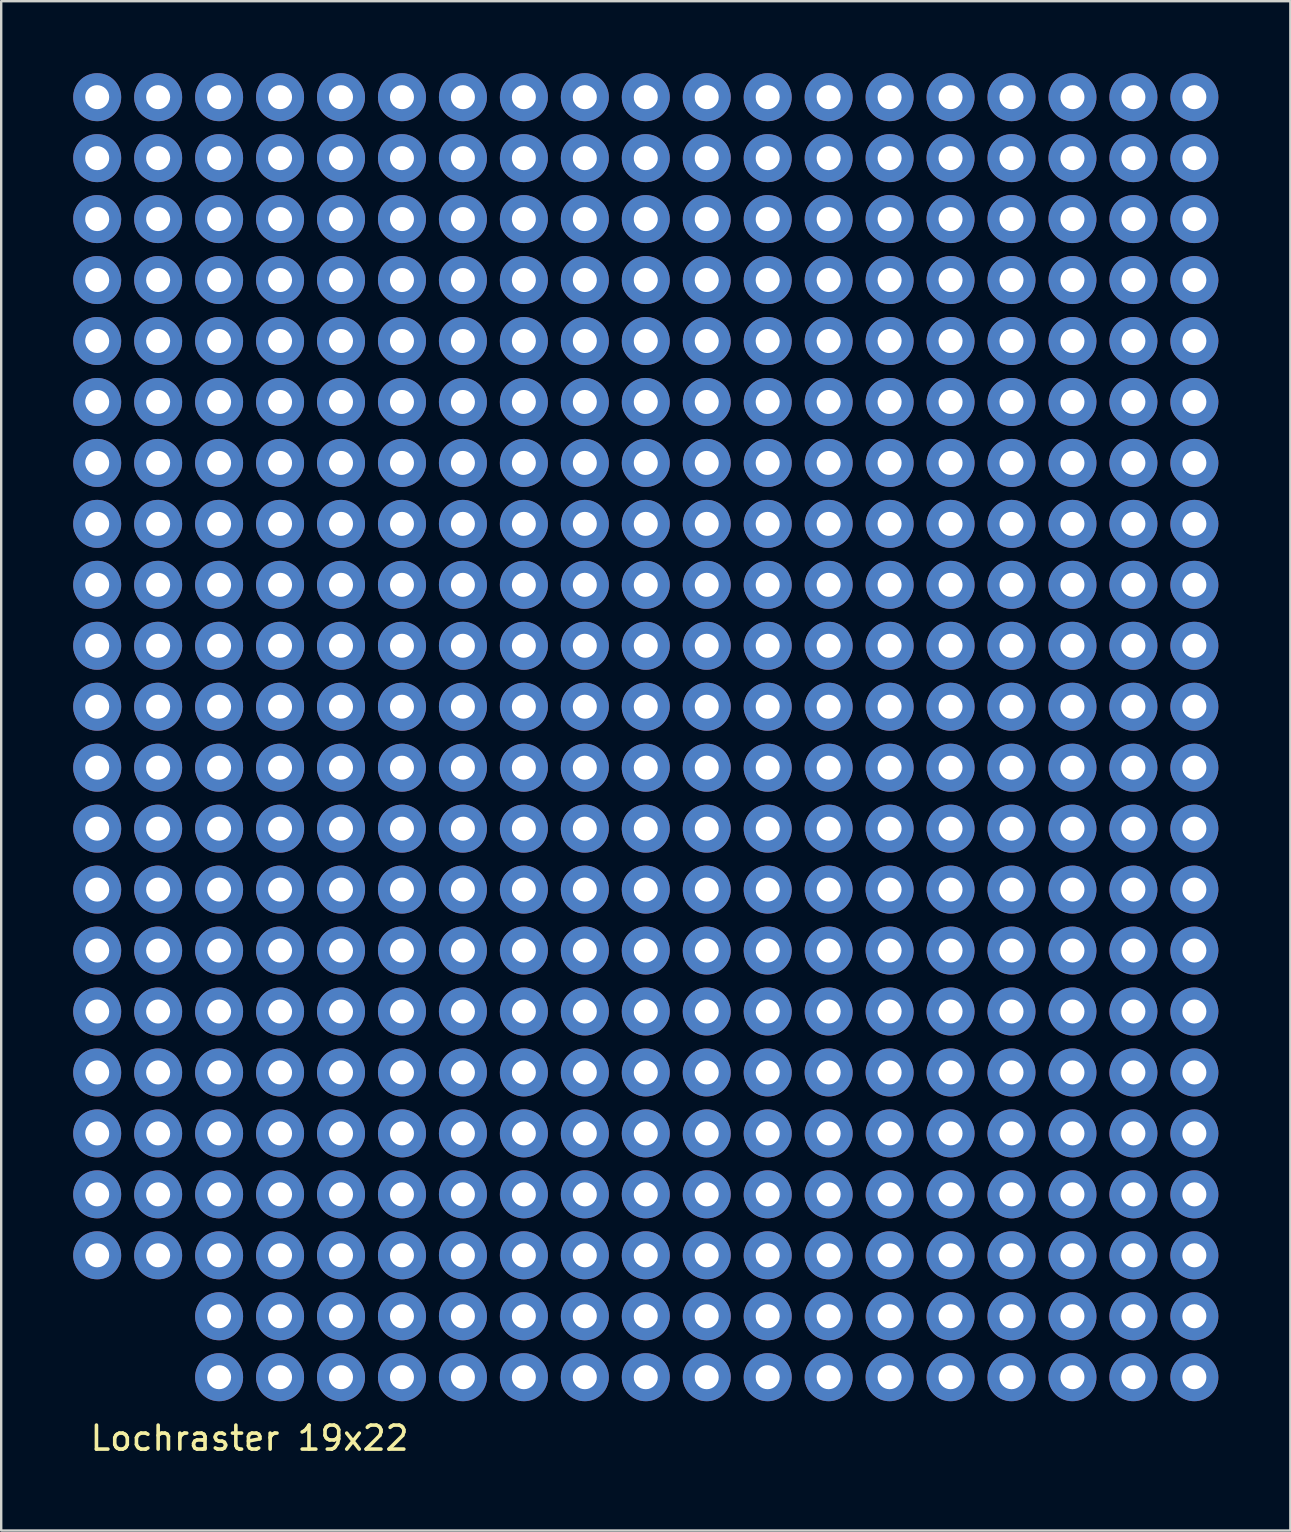
<source format=kicad_pcb>
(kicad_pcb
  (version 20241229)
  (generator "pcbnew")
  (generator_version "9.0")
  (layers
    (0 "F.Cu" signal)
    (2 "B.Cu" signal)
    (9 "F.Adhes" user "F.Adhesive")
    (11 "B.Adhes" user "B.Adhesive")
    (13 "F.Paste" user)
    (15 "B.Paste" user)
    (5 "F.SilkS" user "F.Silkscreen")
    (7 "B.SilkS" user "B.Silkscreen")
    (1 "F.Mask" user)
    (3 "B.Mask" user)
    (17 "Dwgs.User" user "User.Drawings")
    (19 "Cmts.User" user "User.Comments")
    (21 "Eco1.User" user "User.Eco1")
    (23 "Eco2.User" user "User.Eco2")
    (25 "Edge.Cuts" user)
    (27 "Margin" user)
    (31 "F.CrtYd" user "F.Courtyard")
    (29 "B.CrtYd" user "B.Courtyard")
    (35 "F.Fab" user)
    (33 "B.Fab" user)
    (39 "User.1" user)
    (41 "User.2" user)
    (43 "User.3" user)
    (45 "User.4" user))
  (footprint "Lochraster 19x22"
    (layer "F.Cu")
    (at 23.86 28.94)
    (property "Reference" "Lochraster 19x22" (at -16.51 27.94 0) (layer "F.SilkS") (effects (font (size 1 1) (thickness 0.15))))
    (attr through_hole)
    (pad "" thru_hole circle (at -22.86 -27.94) (size 2 2) (drill 1) (layers "*.Cu" "*.Mask"))
    (pad "" thru_hole circle (at -22.86 -25.4) (size 2 2) (drill 1) (layers "*.Cu" "*.Mask"))
    (pad "" thru_hole circle (at -22.86 -22.86) (size 2 2) (drill 1) (layers "*.Cu" "*.Mask"))
    (pad "" thru_hole circle (at -22.86 -20.32) (size 2 2) (drill 1) (layers "*.Cu" "*.Mask"))
    (pad "" thru_hole circle (at -22.86 -17.78) (size 2 2) (drill 1) (layers "*.Cu" "*.Mask"))
    (pad "" thru_hole circle (at -22.86 -15.24) (size 2 2) (drill 1) (layers "*.Cu" "*.Mask"))
    (pad "" thru_hole circle (at -22.86 -12.7) (size 2 2) (drill 1) (layers "*.Cu" "*.Mask"))
    (pad "" thru_hole circle (at -22.86 -10.16) (size 2 2) (drill 1) (layers "*.Cu" "*.Mask"))
    (pad "" thru_hole circle (at -22.86 -7.62) (size 2 2) (drill 1) (layers "*.Cu" "*.Mask"))
    (pad "" thru_hole circle (at -22.86 -5.08) (size 2 2) (drill 1) (layers "*.Cu" "*.Mask"))
    (pad "" thru_hole circle (at -22.86 -2.54) (size 2 2) (drill 1) (layers "*.Cu" "*.Mask"))
    (pad "" thru_hole circle (at -22.86 0) (size 2 2) (drill 1) (layers "*.Cu" "*.Mask"))
    (pad "" thru_hole circle (at -22.86 2.54) (size 2 2) (drill 1) (layers "*.Cu" "*.Mask"))
    (pad "" thru_hole circle (at -22.86 5.08) (size 2 2) (drill 1) (layers "*.Cu" "*.Mask"))
    (pad "" thru_hole circle (at -22.86 7.62) (size 2 2) (drill 1) (layers "*.Cu" "*.Mask"))
    (pad "" thru_hole circle (at -22.86 10.16) (size 2 2) (drill 1) (layers "*.Cu" "*.Mask"))
    (pad "" thru_hole circle (at -22.86 12.7) (size 2 2) (drill 1) (layers "*.Cu" "*.Mask"))
    (pad "" thru_hole circle (at -22.86 15.24) (size 2 2) (drill 1) (layers "*.Cu" "*.Mask"))
    (pad "" thru_hole circle (at -22.86 17.78) (size 2 2) (drill 1) (layers "*.Cu" "*.Mask"))
    (pad "" thru_hole circle (at -22.86 20.32) (size 2 2) (drill 1) (layers "*.Cu" "*.Mask"))
    (pad "" thru_hole circle (at -20.32 -27.94) (size 2 2) (drill 1) (layers "*.Cu" "*.Mask"))
    (pad "" thru_hole circle (at -20.32 -25.4) (size 2 2) (drill 1) (layers "*.Cu" "*.Mask"))
    (pad "" thru_hole circle (at -20.32 -22.86) (size 2 2) (drill 1) (layers "*.Cu" "*.Mask"))
    (pad "" thru_hole circle (at -20.32 -20.32) (size 2 2) (drill 1) (layers "*.Cu" "*.Mask"))
    (pad "" thru_hole circle (at -20.32 -17.78) (size 2 2) (drill 1) (layers "*.Cu" "*.Mask"))
    (pad "" thru_hole circle (at -20.32 -15.24) (size 2 2) (drill 1) (layers "*.Cu" "*.Mask"))
    (pad "" thru_hole circle (at -20.32 -12.7) (size 2 2) (drill 1) (layers "*.Cu" "*.Mask"))
    (pad "" thru_hole circle (at -20.32 -10.16) (size 2 2) (drill 1) (layers "*.Cu" "*.Mask"))
    (pad "" thru_hole circle (at -20.32 -7.62) (size 2 2) (drill 1) (layers "*.Cu" "*.Mask"))
    (pad "" thru_hole circle (at -20.32 -5.08) (size 2 2) (drill 1) (layers "*.Cu" "*.Mask"))
    (pad "" thru_hole circle (at -20.32 -2.54) (size 2 2) (drill 1) (layers "*.Cu" "*.Mask"))
    (pad "" thru_hole circle (at -20.32 0) (size 2 2) (drill 1) (layers "*.Cu" "*.Mask"))
    (pad "" thru_hole circle (at -20.32 2.54) (size 2 2) (drill 1) (layers "*.Cu" "*.Mask"))
    (pad "" thru_hole circle (at -20.32 5.08) (size 2 2) (drill 1) (layers "*.Cu" "*.Mask"))
    (pad "" thru_hole circle (at -20.32 7.62) (size 2 2) (drill 1) (layers "*.Cu" "*.Mask"))
    (pad "" thru_hole circle (at -20.32 10.16) (size 2 2) (drill 1) (layers "*.Cu" "*.Mask"))
    (pad "" thru_hole circle (at -20.32 12.7) (size 2 2) (drill 1) (layers "*.Cu" "*.Mask"))
    (pad "" thru_hole circle (at -20.32 15.24) (size 2 2) (drill 1) (layers "*.Cu" "*.Mask"))
    (pad "" thru_hole circle (at -20.32 17.78) (size 2 2) (drill 1) (layers "*.Cu" "*.Mask"))
    (pad "" thru_hole circle (at -20.32 20.32) (size 2 2) (drill 1) (layers "*.Cu" "*.Mask"))
    (pad "" thru_hole circle (at -17.78 -27.94) (size 2 2) (drill 1) (layers "*.Cu" "*.Mask"))
    (pad "" thru_hole circle (at -17.78 -25.4) (size 2 2) (drill 1) (layers "*.Cu" "*.Mask"))
    (pad "" thru_hole circle (at -17.78 -22.86) (size 2 2) (drill 1) (layers "*.Cu" "*.Mask"))
    (pad "" thru_hole circle (at -17.78 -20.32) (size 2 2) (drill 1) (layers "*.Cu" "*.Mask"))
    (pad "" thru_hole circle (at -17.78 -17.78) (size 2 2) (drill 1) (layers "*.Cu" "*.Mask"))
    (pad "" thru_hole circle (at -17.78 -15.24) (size 2 2) (drill 1) (layers "*.Cu" "*.Mask"))
    (pad "" thru_hole circle (at -17.78 -12.7) (size 2 2) (drill 1) (layers "*.Cu" "*.Mask"))
    (pad "" thru_hole circle (at -17.78 -10.16) (size 2 2) (drill 1) (layers "*.Cu" "*.Mask"))
    (pad "" thru_hole circle (at -17.78 -7.62) (size 2 2) (drill 1) (layers "*.Cu" "*.Mask"))
    (pad "" thru_hole circle (at -17.78 -5.08) (size 2 2) (drill 1) (layers "*.Cu" "*.Mask"))
    (pad "" thru_hole circle (at -17.78 -2.54) (size 2 2) (drill 1) (layers "*.Cu" "*.Mask"))
    (pad "" thru_hole circle (at -17.78 0) (size 2 2) (drill 1) (layers "*.Cu" "*.Mask"))
    (pad "" thru_hole circle (at -17.78 2.54) (size 2 2) (drill 1) (layers "*.Cu" "*.Mask"))
    (pad "" thru_hole circle (at -17.78 5.08) (size 2 2) (drill 1) (layers "*.Cu" "*.Mask"))
    (pad "" thru_hole circle (at -17.78 7.62) (size 2 2) (drill 1) (layers "*.Cu" "*.Mask"))
    (pad "" thru_hole circle (at -17.78 10.16) (size 2 2) (drill 1) (layers "*.Cu" "*.Mask"))
    (pad "" thru_hole circle (at -17.78 12.7) (size 2 2) (drill 1) (layers "*.Cu" "*.Mask"))
    (pad "" thru_hole circle (at -17.78 15.24) (size 2 2) (drill 1) (layers "*.Cu" "*.Mask"))
    (pad "" thru_hole circle (at -17.78 17.78) (size 2 2) (drill 1) (layers "*.Cu" "*.Mask"))
    (pad "" thru_hole circle (at -17.78 20.32) (size 2 2) (drill 1) (layers "*.Cu" "*.Mask"))
    (pad "" thru_hole circle (at -17.78 22.86) (size 2 2) (drill 1) (layers "*.Cu" "*.Mask"))
    (pad "" thru_hole circle (at -17.78 25.4) (size 2 2) (drill 1) (layers "*.Cu" "*.Mask"))
    (pad "" thru_hole circle (at -15.24 -27.94) (size 2 2) (drill 1) (layers "*.Cu" "*.Mask"))
    (pad "" thru_hole circle (at -15.24 -25.4) (size 2 2) (drill 1) (layers "*.Cu" "*.Mask"))
    (pad "" thru_hole circle (at -15.24 -22.86) (size 2 2) (drill 1) (layers "*.Cu" "*.Mask"))
    (pad "" thru_hole circle (at -15.24 -20.32) (size 2 2) (drill 1) (layers "*.Cu" "*.Mask"))
    (pad "" thru_hole circle (at -15.24 -17.78) (size 2 2) (drill 1) (layers "*.Cu" "*.Mask"))
    (pad "" thru_hole circle (at -15.24 -15.24) (size 2 2) (drill 1) (layers "*.Cu" "*.Mask"))
    (pad "" thru_hole circle (at -15.24 -12.7) (size 2 2) (drill 1) (layers "*.Cu" "*.Mask"))
    (pad "" thru_hole circle (at -15.24 -10.16) (size 2 2) (drill 1) (layers "*.Cu" "*.Mask"))
    (pad "" thru_hole circle (at -15.24 -7.62) (size 2 2) (drill 1) (layers "*.Cu" "*.Mask"))
    (pad "" thru_hole circle (at -15.24 -5.08) (size 2 2) (drill 1) (layers "*.Cu" "*.Mask"))
    (pad "" thru_hole circle (at -15.24 -2.54) (size 2 2) (drill 1) (layers "*.Cu" "*.Mask"))
    (pad "" thru_hole circle (at -15.24 0) (size 2 2) (drill 1) (layers "*.Cu" "*.Mask"))
    (pad "" thru_hole circle (at -15.24 2.54) (size 2 2) (drill 1) (layers "*.Cu" "*.Mask"))
    (pad "" thru_hole circle (at -15.24 5.08) (size 2 2) (drill 1) (layers "*.Cu" "*.Mask"))
    (pad "" thru_hole circle (at -15.24 7.62) (size 2 2) (drill 1) (layers "*.Cu" "*.Mask"))
    (pad "" thru_hole circle (at -15.24 10.16) (size 2 2) (drill 1) (layers "*.Cu" "*.Mask"))
    (pad "" thru_hole circle (at -15.24 12.7) (size 2 2) (drill 1) (layers "*.Cu" "*.Mask"))
    (pad "" thru_hole circle (at -15.24 15.24) (size 2 2) (drill 1) (layers "*.Cu" "*.Mask"))
    (pad "" thru_hole circle (at -15.24 17.78) (size 2 2) (drill 1) (layers "*.Cu" "*.Mask"))
    (pad "" thru_hole circle (at -15.24 20.32) (size 2 2) (drill 1) (layers "*.Cu" "*.Mask"))
    (pad "" thru_hole circle (at -15.24 22.86) (size 2 2) (drill 1) (layers "*.Cu" "*.Mask"))
    (pad "" thru_hole circle (at -15.24 25.4) (size 2 2) (drill 1) (layers "*.Cu" "*.Mask"))
    (pad "" thru_hole circle (at -12.7 -27.94) (size 2 2) (drill 1) (layers "*.Cu" "*.Mask"))
    (pad "" thru_hole circle (at -12.7 -25.4) (size 2 2) (drill 1) (layers "*.Cu" "*.Mask"))
    (pad "" thru_hole circle (at -12.7 -22.86) (size 2 2) (drill 1) (layers "*.Cu" "*.Mask"))
    (pad "" thru_hole circle (at -12.7 -20.32) (size 2 2) (drill 1) (layers "*.Cu" "*.Mask"))
    (pad "" thru_hole circle (at -12.7 -17.78) (size 2 2) (drill 1) (layers "*.Cu" "*.Mask"))
    (pad "" thru_hole circle (at -12.7 -15.24) (size 2 2) (drill 1) (layers "*.Cu" "*.Mask"))
    (pad "" thru_hole circle (at -12.7 -12.7) (size 2 2) (drill 1) (layers "*.Cu" "*.Mask"))
    (pad "" thru_hole circle (at -12.7 -10.16) (size 2 2) (drill 1) (layers "*.Cu" "*.Mask"))
    (pad "" thru_hole circle (at -12.7 -7.62) (size 2 2) (drill 1) (layers "*.Cu" "*.Mask"))
    (pad "" thru_hole circle (at -12.7 -5.08) (size 2 2) (drill 1) (layers "*.Cu" "*.Mask"))
    (pad "" thru_hole circle (at -12.7 -2.54) (size 2 2) (drill 1) (layers "*.Cu" "*.Mask"))
    (pad "" thru_hole circle (at -12.7 0) (size 2 2) (drill 1) (layers "*.Cu" "*.Mask"))
    (pad "" thru_hole circle (at -12.7 2.54) (size 2 2) (drill 1) (layers "*.Cu" "*.Mask"))
    (pad "" thru_hole circle (at -12.7 5.08) (size 2 2) (drill 1) (layers "*.Cu" "*.Mask"))
    (pad "" thru_hole circle (at -12.7 7.62) (size 2 2) (drill 1) (layers "*.Cu" "*.Mask"))
    (pad "" thru_hole circle (at -12.7 10.16) (size 2 2) (drill 1) (layers "*.Cu" "*.Mask"))
    (pad "" thru_hole circle (at -12.7 12.7) (size 2 2) (drill 1) (layers "*.Cu" "*.Mask"))
    (pad "" thru_hole circle (at -12.7 15.24) (size 2 2) (drill 1) (layers "*.Cu" "*.Mask"))
    (pad "" thru_hole circle (at -12.7 17.78) (size 2 2) (drill 1) (layers "*.Cu" "*.Mask"))
    (pad "" thru_hole circle (at -12.7 20.32) (size 2 2) (drill 1) (layers "*.Cu" "*.Mask"))
    (pad "" thru_hole circle (at -12.7 22.86) (size 2 2) (drill 1) (layers "*.Cu" "*.Mask"))
    (pad "" thru_hole circle (at -12.7 25.4) (size 2 2) (drill 1) (layers "*.Cu" "*.Mask"))
    (pad "" thru_hole circle (at -10.16 -27.94) (size 2 2) (drill 1) (layers "*.Cu" "*.Mask"))
    (pad "" thru_hole circle (at -10.16 -25.4) (size 2 2) (drill 1) (layers "*.Cu" "*.Mask"))
    (pad "" thru_hole circle (at -10.16 -22.86) (size 2 2) (drill 1) (layers "*.Cu" "*.Mask"))
    (pad "" thru_hole circle (at -10.16 -20.32) (size 2 2) (drill 1) (layers "*.Cu" "*.Mask"))
    (pad "" thru_hole circle (at -10.16 -17.78) (size 2 2) (drill 1) (layers "*.Cu" "*.Mask"))
    (pad "" thru_hole circle (at -10.16 -15.24) (size 2 2) (drill 1) (layers "*.Cu" "*.Mask"))
    (pad "" thru_hole circle (at -10.16 -12.7) (size 2 2) (drill 1) (layers "*.Cu" "*.Mask"))
    (pad "" thru_hole circle (at -10.16 -10.16) (size 2 2) (drill 1) (layers "*.Cu" "*.Mask"))
    (pad "" thru_hole circle (at -10.16 -7.62) (size 2 2) (drill 1) (layers "*.Cu" "*.Mask"))
    (pad "" thru_hole circle (at -10.16 -5.08) (size 2 2) (drill 1) (layers "*.Cu" "*.Mask"))
    (pad "" thru_hole circle (at -10.16 -2.54) (size 2 2) (drill 1) (layers "*.Cu" "*.Mask"))
    (pad "" thru_hole circle (at -10.16 0) (size 2 2) (drill 1) (layers "*.Cu" "*.Mask"))
    (pad "" thru_hole circle (at -10.16 2.54) (size 2 2) (drill 1) (layers "*.Cu" "*.Mask"))
    (pad "" thru_hole circle (at -10.16 5.08) (size 2 2) (drill 1) (layers "*.Cu" "*.Mask"))
    (pad "" thru_hole circle (at -10.16 7.62) (size 2 2) (drill 1) (layers "*.Cu" "*.Mask"))
    (pad "" thru_hole circle (at -10.16 10.16) (size 2 2) (drill 1) (layers "*.Cu" "*.Mask"))
    (pad "" thru_hole circle (at -10.16 12.7) (size 2 2) (drill 1) (layers "*.Cu" "*.Mask"))
    (pad "" thru_hole circle (at -10.16 15.24) (size 2 2) (drill 1) (layers "*.Cu" "*.Mask"))
    (pad "" thru_hole circle (at -10.16 17.78) (size 2 2) (drill 1) (layers "*.Cu" "*.Mask"))
    (pad "" thru_hole circle (at -10.16 20.32) (size 2 2) (drill 1) (layers "*.Cu" "*.Mask"))
    (pad "" thru_hole circle (at -10.16 22.86) (size 2 2) (drill 1) (layers "*.Cu" "*.Mask"))
    (pad "" thru_hole circle (at -10.16 25.4) (size 2 2) (drill 1) (layers "*.Cu" "*.Mask"))
    (pad "" thru_hole circle (at -7.62 -27.94) (size 2 2) (drill 1) (layers "*.Cu" "*.Mask"))
    (pad "" thru_hole circle (at -7.62 -25.4) (size 2 2) (drill 1) (layers "*.Cu" "*.Mask"))
    (pad "" thru_hole circle (at -7.62 -22.86) (size 2 2) (drill 1) (layers "*.Cu" "*.Mask"))
    (pad "" thru_hole circle (at -7.62 -20.32) (size 2 2) (drill 1) (layers "*.Cu" "*.Mask"))
    (pad "" thru_hole circle (at -7.62 -17.78) (size 2 2) (drill 1) (layers "*.Cu" "*.Mask"))
    (pad "" thru_hole circle (at -7.62 -15.24) (size 2 2) (drill 1) (layers "*.Cu" "*.Mask"))
    (pad "" thru_hole circle (at -7.62 -12.7) (size 2 2) (drill 1) (layers "*.Cu" "*.Mask"))
    (pad "" thru_hole circle (at -7.62 -10.16) (size 2 2) (drill 1) (layers "*.Cu" "*.Mask"))
    (pad "" thru_hole circle (at -7.62 -7.62) (size 2 2) (drill 1) (layers "*.Cu" "*.Mask"))
    (pad "" thru_hole circle (at -7.62 -5.08) (size 2 2) (drill 1) (layers "*.Cu" "*.Mask"))
    (pad "" thru_hole circle (at -7.62 -2.54) (size 2 2) (drill 1) (layers "*.Cu" "*.Mask"))
    (pad "" thru_hole circle (at -7.62 0) (size 2 2) (drill 1) (layers "*.Cu" "*.Mask"))
    (pad "" thru_hole circle (at -7.62 2.54) (size 2 2) (drill 1) (layers "*.Cu" "*.Mask"))
    (pad "" thru_hole circle (at -7.62 5.08) (size 2 2) (drill 1) (layers "*.Cu" "*.Mask"))
    (pad "" thru_hole circle (at -7.62 7.62) (size 2 2) (drill 1) (layers "*.Cu" "*.Mask"))
    (pad "" thru_hole circle (at -7.62 10.16) (size 2 2) (drill 1) (layers "*.Cu" "*.Mask"))
    (pad "" thru_hole circle (at -7.62 12.7) (size 2 2) (drill 1) (layers "*.Cu" "*.Mask"))
    (pad "" thru_hole circle (at -7.62 15.24) (size 2 2) (drill 1) (layers "*.Cu" "*.Mask"))
    (pad "" thru_hole circle (at -7.62 17.78) (size 2 2) (drill 1) (layers "*.Cu" "*.Mask"))
    (pad "" thru_hole circle (at -7.62 20.32) (size 2 2) (drill 1) (layers "*.Cu" "*.Mask"))
    (pad "" thru_hole circle (at -7.62 22.86) (size 2 2) (drill 1) (layers "*.Cu" "*.Mask"))
    (pad "" thru_hole circle (at -7.62 25.4) (size 2 2) (drill 1) (layers "*.Cu" "*.Mask"))
    (pad "" thru_hole circle (at -5.08 -27.94) (size 2 2) (drill 1) (layers "*.Cu" "*.Mask"))
    (pad "" thru_hole circle (at -5.08 -25.4) (size 2 2) (drill 1) (layers "*.Cu" "*.Mask"))
    (pad "" thru_hole circle (at -5.08 -22.86) (size 2 2) (drill 1) (layers "*.Cu" "*.Mask"))
    (pad "" thru_hole circle (at -5.08 -20.32) (size 2 2) (drill 1) (layers "*.Cu" "*.Mask"))
    (pad "" thru_hole circle (at -5.08 -17.78) (size 2 2) (drill 1) (layers "*.Cu" "*.Mask"))
    (pad "" thru_hole circle (at -5.08 -15.24) (size 2 2) (drill 1) (layers "*.Cu" "*.Mask"))
    (pad "" thru_hole circle (at -5.08 -12.7) (size 2 2) (drill 1) (layers "*.Cu" "*.Mask"))
    (pad "" thru_hole circle (at -5.08 -10.16) (size 2 2) (drill 1) (layers "*.Cu" "*.Mask"))
    (pad "" thru_hole circle (at -5.08 -7.62) (size 2 2) (drill 1) (layers "*.Cu" "*.Mask"))
    (pad "" thru_hole circle (at -5.08 -5.08) (size 2 2) (drill 1) (layers "*.Cu" "*.Mask"))
    (pad "" thru_hole circle (at -5.08 -2.54) (size 2 2) (drill 1) (layers "*.Cu" "*.Mask"))
    (pad "" thru_hole circle (at -5.08 0) (size 2 2) (drill 1) (layers "*.Cu" "*.Mask"))
    (pad "" thru_hole circle (at -5.08 2.54) (size 2 2) (drill 1) (layers "*.Cu" "*.Mask"))
    (pad "" thru_hole circle (at -5.08 5.08) (size 2 2) (drill 1) (layers "*.Cu" "*.Mask"))
    (pad "" thru_hole circle (at -5.08 7.62) (size 2 2) (drill 1) (layers "*.Cu" "*.Mask"))
    (pad "" thru_hole circle (at -5.08 10.16) (size 2 2) (drill 1) (layers "*.Cu" "*.Mask"))
    (pad "" thru_hole circle (at -5.08 12.7) (size 2 2) (drill 1) (layers "*.Cu" "*.Mask"))
    (pad "" thru_hole circle (at -5.08 15.24) (size 2 2) (drill 1) (layers "*.Cu" "*.Mask"))
    (pad "" thru_hole circle (at -5.08 17.78) (size 2 2) (drill 1) (layers "*.Cu" "*.Mask"))
    (pad "" thru_hole circle (at -5.08 20.32) (size 2 2) (drill 1) (layers "*.Cu" "*.Mask"))
    (pad "" thru_hole circle (at -5.08 22.86) (size 2 2) (drill 1) (layers "*.Cu" "*.Mask"))
    (pad "" thru_hole circle (at -5.08 25.4) (size 2 2) (drill 1) (layers "*.Cu" "*.Mask"))
    (pad "" thru_hole circle (at -2.54 -27.94) (size 2 2) (drill 1) (layers "*.Cu" "*.Mask"))
    (pad "" thru_hole circle (at -2.54 -25.4) (size 2 2) (drill 1) (layers "*.Cu" "*.Mask"))
    (pad "" thru_hole circle (at -2.54 -22.86) (size 2 2) (drill 1) (layers "*.Cu" "*.Mask"))
    (pad "" thru_hole circle (at -2.54 -20.32) (size 2 2) (drill 1) (layers "*.Cu" "*.Mask"))
    (pad "" thru_hole circle (at -2.54 -17.78) (size 2 2) (drill 1) (layers "*.Cu" "*.Mask"))
    (pad "" thru_hole circle (at -2.54 -15.24) (size 2 2) (drill 1) (layers "*.Cu" "*.Mask"))
    (pad "" thru_hole circle (at -2.54 -12.7) (size 2 2) (drill 1) (layers "*.Cu" "*.Mask"))
    (pad "" thru_hole circle (at -2.54 -10.16) (size 2 2) (drill 1) (layers "*.Cu" "*.Mask"))
    (pad "" thru_hole circle (at -2.54 -7.62) (size 2 2) (drill 1) (layers "*.Cu" "*.Mask"))
    (pad "" thru_hole circle (at -2.54 -5.08) (size 2 2) (drill 1) (layers "*.Cu" "*.Mask"))
    (pad "" thru_hole circle (at -2.54 -2.54) (size 2 2) (drill 1) (layers "*.Cu" "*.Mask"))
    (pad "" thru_hole circle (at -2.54 0) (size 2 2) (drill 1) (layers "*.Cu" "*.Mask"))
    (pad "" thru_hole circle (at -2.54 2.54) (size 2 2) (drill 1) (layers "*.Cu" "*.Mask"))
    (pad "" thru_hole circle (at -2.54 5.08) (size 2 2) (drill 1) (layers "*.Cu" "*.Mask"))
    (pad "" thru_hole circle (at -2.54 7.62) (size 2 2) (drill 1) (layers "*.Cu" "*.Mask"))
    (pad "" thru_hole circle (at -2.54 10.16) (size 2 2) (drill 1) (layers "*.Cu" "*.Mask"))
    (pad "" thru_hole circle (at -2.54 12.7) (size 2 2) (drill 1) (layers "*.Cu" "*.Mask"))
    (pad "" thru_hole circle (at -2.54 15.24) (size 2 2) (drill 1) (layers "*.Cu" "*.Mask"))
    (pad "" thru_hole circle (at -2.54 17.78) (size 2 2) (drill 1) (layers "*.Cu" "*.Mask"))
    (pad "" thru_hole circle (at -2.54 20.32) (size 2 2) (drill 1) (layers "*.Cu" "*.Mask"))
    (pad "" thru_hole circle (at -2.54 22.86) (size 2 2) (drill 1) (layers "*.Cu" "*.Mask"))
    (pad "" thru_hole circle (at -2.54 25.4) (size 2 2) (drill 1) (layers "*.Cu" "*.Mask"))
    (pad "" thru_hole circle (at 0 -27.94) (size 2 2) (drill 1) (layers "*.Cu" "*.Mask"))
    (pad "" thru_hole circle (at 0 -25.4) (size 2 2) (drill 1) (layers "*.Cu" "*.Mask"))
    (pad "" thru_hole circle (at 0 -22.86) (size 2 2) (drill 1) (layers "*.Cu" "*.Mask"))
    (pad "" thru_hole circle (at 0 -20.32) (size 2 2) (drill 1) (layers "*.Cu" "*.Mask"))
    (pad "" thru_hole circle (at 0 -17.78) (size 2 2) (drill 1) (layers "*.Cu" "*.Mask"))
    (pad "" thru_hole circle (at 0 -15.24) (size 2 2) (drill 1) (layers "*.Cu" "*.Mask"))
    (pad "" thru_hole circle (at 0 -12.7) (size 2 2) (drill 1) (layers "*.Cu" "*.Mask"))
    (pad "" thru_hole circle (at 0 -10.16) (size 2 2) (drill 1) (layers "*.Cu" "*.Mask"))
    (pad "" thru_hole circle (at 0 -7.62) (size 2 2) (drill 1) (layers "*.Cu" "*.Mask"))
    (pad "" thru_hole circle (at 0 -5.08) (size 2 2) (drill 1) (layers "*.Cu" "*.Mask"))
    (pad "" thru_hole circle (at 0 -2.54) (size 2 2) (drill 1) (layers "*.Cu" "*.Mask"))
    (pad "" thru_hole circle (at 0 0) (size 2 2) (drill 1) (layers "*.Cu" "*.Mask"))
    (pad "" thru_hole circle (at 0 2.54) (size 2 2) (drill 1) (layers "*.Cu" "*.Mask"))
    (pad "" thru_hole circle (at 0 5.08) (size 2 2) (drill 1) (layers "*.Cu" "*.Mask"))
    (pad "" thru_hole circle (at 0 7.62) (size 2 2) (drill 1) (layers "*.Cu" "*.Mask"))
    (pad "" thru_hole circle (at 0 10.16) (size 2 2) (drill 1) (layers "*.Cu" "*.Mask"))
    (pad "" thru_hole circle (at 0 12.7) (size 2 2) (drill 1) (layers "*.Cu" "*.Mask"))
    (pad "" thru_hole circle (at 0 15.24) (size 2 2) (drill 1) (layers "*.Cu" "*.Mask"))
    (pad "" thru_hole circle (at 0 17.78) (size 2 2) (drill 1) (layers "*.Cu" "*.Mask"))
    (pad "" thru_hole circle (at 0 20.32) (size 2 2) (drill 1) (layers "*.Cu" "*.Mask"))
    (pad "" thru_hole circle (at 0 22.86) (size 2 2) (drill 1) (layers "*.Cu" "*.Mask"))
    (pad "" thru_hole circle (at 0 25.4) (size 2 2) (drill 1) (layers "*.Cu" "*.Mask"))
    (pad "" thru_hole circle (at 2.54 -27.94) (size 2 2) (drill 1) (layers "*.Cu" "*.Mask"))
    (pad "" thru_hole circle (at 2.54 -25.4) (size 2 2) (drill 1) (layers "*.Cu" "*.Mask"))
    (pad "" thru_hole circle (at 2.54 -22.86) (size 2 2) (drill 1) (layers "*.Cu" "*.Mask"))
    (pad "" thru_hole circle (at 2.54 -20.32) (size 2 2) (drill 1) (layers "*.Cu" "*.Mask"))
    (pad "" thru_hole circle (at 2.54 -17.78) (size 2 2) (drill 1) (layers "*.Cu" "*.Mask"))
    (pad "" thru_hole circle (at 2.54 -15.24) (size 2 2) (drill 1) (layers "*.Cu" "*.Mask"))
    (pad "" thru_hole circle (at 2.54 -12.7) (size 2 2) (drill 1) (layers "*.Cu" "*.Mask"))
    (pad "" thru_hole circle (at 2.54 -10.16) (size 2 2) (drill 1) (layers "*.Cu" "*.Mask"))
    (pad "" thru_hole circle (at 2.54 -7.62) (size 2 2) (drill 1) (layers "*.Cu" "*.Mask"))
    (pad "" thru_hole circle (at 2.54 -5.08) (size 2 2) (drill 1) (layers "*.Cu" "*.Mask"))
    (pad "" thru_hole circle (at 2.54 -2.54) (size 2 2) (drill 1) (layers "*.Cu" "*.Mask"))
    (pad "" thru_hole circle (at 2.54 0) (size 2 2) (drill 1) (layers "*.Cu" "*.Mask"))
    (pad "" thru_hole circle (at 2.54 2.54) (size 2 2) (drill 1) (layers "*.Cu" "*.Mask"))
    (pad "" thru_hole circle (at 2.54 5.08) (size 2 2) (drill 1) (layers "*.Cu" "*.Mask"))
    (pad "" thru_hole circle (at 2.54 7.62) (size 2 2) (drill 1) (layers "*.Cu" "*.Mask"))
    (pad "" thru_hole circle (at 2.54 10.16) (size 2 2) (drill 1) (layers "*.Cu" "*.Mask"))
    (pad "" thru_hole circle (at 2.54 12.7) (size 2 2) (drill 1) (layers "*.Cu" "*.Mask"))
    (pad "" thru_hole circle (at 2.54 15.24) (size 2 2) (drill 1) (layers "*.Cu" "*.Mask"))
    (pad "" thru_hole circle (at 2.54 17.78) (size 2 2) (drill 1) (layers "*.Cu" "*.Mask"))
    (pad "" thru_hole circle (at 2.54 20.32) (size 2 2) (drill 1) (layers "*.Cu" "*.Mask"))
    (pad "" thru_hole circle (at 2.54 22.86) (size 2 2) (drill 1) (layers "*.Cu" "*.Mask"))
    (pad "" thru_hole circle (at 2.54 25.4) (size 2 2) (drill 1) (layers "*.Cu" "*.Mask"))
    (pad "" thru_hole circle (at 5.08 -27.94) (size 2 2) (drill 1) (layers "*.Cu" "*.Mask"))
    (pad "" thru_hole circle (at 5.08 -25.4) (size 2 2) (drill 1) (layers "*.Cu" "*.Mask"))
    (pad "" thru_hole circle (at 5.08 -22.86) (size 2 2) (drill 1) (layers "*.Cu" "*.Mask"))
    (pad "" thru_hole circle (at 5.08 -20.32) (size 2 2) (drill 1) (layers "*.Cu" "*.Mask"))
    (pad "" thru_hole circle (at 5.08 -17.78) (size 2 2) (drill 1) (layers "*.Cu" "*.Mask"))
    (pad "" thru_hole circle (at 5.08 -15.24) (size 2 2) (drill 1) (layers "*.Cu" "*.Mask"))
    (pad "" thru_hole circle (at 5.08 -12.7) (size 2 2) (drill 1) (layers "*.Cu" "*.Mask"))
    (pad "" thru_hole circle (at 5.08 -10.16) (size 2 2) (drill 1) (layers "*.Cu" "*.Mask"))
    (pad "" thru_hole circle (at 5.08 -7.62) (size 2 2) (drill 1) (layers "*.Cu" "*.Mask"))
    (pad "" thru_hole circle (at 5.08 -5.08) (size 2 2) (drill 1) (layers "*.Cu" "*.Mask"))
    (pad "" thru_hole circle (at 5.08 -2.54) (size 2 2) (drill 1) (layers "*.Cu" "*.Mask"))
    (pad "" thru_hole circle (at 5.08 0) (size 2 2) (drill 1) (layers "*.Cu" "*.Mask"))
    (pad "" thru_hole circle (at 5.08 2.54) (size 2 2) (drill 1) (layers "*.Cu" "*.Mask"))
    (pad "" thru_hole circle (at 5.08 5.08) (size 2 2) (drill 1) (layers "*.Cu" "*.Mask"))
    (pad "" thru_hole circle (at 5.08 7.62) (size 2 2) (drill 1) (layers "*.Cu" "*.Mask"))
    (pad "" thru_hole circle (at 5.08 10.16) (size 2 2) (drill 1) (layers "*.Cu" "*.Mask"))
    (pad "" thru_hole circle (at 5.08 12.7) (size 2 2) (drill 1) (layers "*.Cu" "*.Mask"))
    (pad "" thru_hole circle (at 5.08 15.24) (size 2 2) (drill 1) (layers "*.Cu" "*.Mask"))
    (pad "" thru_hole circle (at 5.08 17.78) (size 2 2) (drill 1) (layers "*.Cu" "*.Mask"))
    (pad "" thru_hole circle (at 5.08 20.32) (size 2 2) (drill 1) (layers "*.Cu" "*.Mask"))
    (pad "" thru_hole circle (at 5.08 22.86) (size 2 2) (drill 1) (layers "*.Cu" "*.Mask"))
    (pad "" thru_hole circle (at 5.08 25.4) (size 2 2) (drill 1) (layers "*.Cu" "*.Mask"))
    (pad "" thru_hole circle (at 7.62 -27.94) (size 2 2) (drill 1) (layers "*.Cu" "*.Mask"))
    (pad "" thru_hole circle (at 7.62 -25.4) (size 2 2) (drill 1) (layers "*.Cu" "*.Mask"))
    (pad "" thru_hole circle (at 7.62 -22.86) (size 2 2) (drill 1) (layers "*.Cu" "*.Mask"))
    (pad "" thru_hole circle (at 7.62 -20.32) (size 2 2) (drill 1) (layers "*.Cu" "*.Mask"))
    (pad "" thru_hole circle (at 7.62 -17.78) (size 2 2) (drill 1) (layers "*.Cu" "*.Mask"))
    (pad "" thru_hole circle (at 7.62 -15.24) (size 2 2) (drill 1) (layers "*.Cu" "*.Mask"))
    (pad "" thru_hole circle (at 7.62 -12.7) (size 2 2) (drill 1) (layers "*.Cu" "*.Mask"))
    (pad "" thru_hole circle (at 7.62 -10.16) (size 2 2) (drill 1) (layers "*.Cu" "*.Mask"))
    (pad "" thru_hole circle (at 7.62 -7.62) (size 2 2) (drill 1) (layers "*.Cu" "*.Mask"))
    (pad "" thru_hole circle (at 7.62 -5.08) (size 2 2) (drill 1) (layers "*.Cu" "*.Mask"))
    (pad "" thru_hole circle (at 7.62 -2.54) (size 2 2) (drill 1) (layers "*.Cu" "*.Mask"))
    (pad "" thru_hole circle (at 7.62 0) (size 2 2) (drill 1) (layers "*.Cu" "*.Mask"))
    (pad "" thru_hole circle (at 7.62 2.54) (size 2 2) (drill 1) (layers "*.Cu" "*.Mask"))
    (pad "" thru_hole circle (at 7.62 5.08) (size 2 2) (drill 1) (layers "*.Cu" "*.Mask"))
    (pad "" thru_hole circle (at 7.62 7.62) (size 2 2) (drill 1) (layers "*.Cu" "*.Mask"))
    (pad "" thru_hole circle (at 7.62 10.16) (size 2 2) (drill 1) (layers "*.Cu" "*.Mask"))
    (pad "" thru_hole circle (at 7.62 12.7) (size 2 2) (drill 1) (layers "*.Cu" "*.Mask"))
    (pad "" thru_hole circle (at 7.62 15.24) (size 2 2) (drill 1) (layers "*.Cu" "*.Mask"))
    (pad "" thru_hole circle (at 7.62 17.78) (size 2 2) (drill 1) (layers "*.Cu" "*.Mask"))
    (pad "" thru_hole circle (at 7.62 20.32) (size 2 2) (drill 1) (layers "*.Cu" "*.Mask"))
    (pad "" thru_hole circle (at 7.62 22.86) (size 2 2) (drill 1) (layers "*.Cu" "*.Mask"))
    (pad "" thru_hole circle (at 7.62 25.4) (size 2 2) (drill 1) (layers "*.Cu" "*.Mask"))
    (pad "" thru_hole circle (at 10.16 -27.94) (size 2 2) (drill 1) (layers "*.Cu" "*.Mask"))
    (pad "" thru_hole circle (at 10.16 -25.4) (size 2 2) (drill 1) (layers "*.Cu" "*.Mask"))
    (pad "" thru_hole circle (at 10.16 -22.86) (size 2 2) (drill 1) (layers "*.Cu" "*.Mask"))
    (pad "" thru_hole circle (at 10.16 -20.32) (size 2 2) (drill 1) (layers "*.Cu" "*.Mask"))
    (pad "" thru_hole circle (at 10.16 -17.78) (size 2 2) (drill 1) (layers "*.Cu" "*.Mask"))
    (pad "" thru_hole circle (at 10.16 -15.24) (size 2 2) (drill 1) (layers "*.Cu" "*.Mask"))
    (pad "" thru_hole circle (at 10.16 -12.7) (size 2 2) (drill 1) (layers "*.Cu" "*.Mask"))
    (pad "" thru_hole circle (at 10.16 -10.16) (size 2 2) (drill 1) (layers "*.Cu" "*.Mask"))
    (pad "" thru_hole circle (at 10.16 -7.62) (size 2 2) (drill 1) (layers "*.Cu" "*.Mask"))
    (pad "" thru_hole circle (at 10.16 -5.08) (size 2 2) (drill 1) (layers "*.Cu" "*.Mask"))
    (pad "" thru_hole circle (at 10.16 -2.54) (size 2 2) (drill 1) (layers "*.Cu" "*.Mask"))
    (pad "" thru_hole circle (at 10.16 0) (size 2 2) (drill 1) (layers "*.Cu" "*.Mask"))
    (pad "" thru_hole circle (at 10.16 2.54) (size 2 2) (drill 1) (layers "*.Cu" "*.Mask"))
    (pad "" thru_hole circle (at 10.16 5.08) (size 2 2) (drill 1) (layers "*.Cu" "*.Mask"))
    (pad "" thru_hole circle (at 10.16 7.62) (size 2 2) (drill 1) (layers "*.Cu" "*.Mask"))
    (pad "" thru_hole circle (at 10.16 10.16) (size 2 2) (drill 1) (layers "*.Cu" "*.Mask"))
    (pad "" thru_hole circle (at 10.16 12.7) (size 2 2) (drill 1) (layers "*.Cu" "*.Mask"))
    (pad "" thru_hole circle (at 10.16 15.24) (size 2 2) (drill 1) (layers "*.Cu" "*.Mask"))
    (pad "" thru_hole circle (at 10.16 17.78) (size 2 2) (drill 1) (layers "*.Cu" "*.Mask"))
    (pad "" thru_hole circle (at 10.16 20.32) (size 2 2) (drill 1) (layers "*.Cu" "*.Mask"))
    (pad "" thru_hole circle (at 10.16 22.86) (size 2 2) (drill 1) (layers "*.Cu" "*.Mask"))
    (pad "" thru_hole circle (at 10.16 25.4) (size 2 2) (drill 1) (layers "*.Cu" "*.Mask"))
    (pad "" thru_hole circle (at 12.7 -27.94) (size 2 2) (drill 1) (layers "*.Cu" "*.Mask"))
    (pad "" thru_hole circle (at 12.7 -25.4) (size 2 2) (drill 1) (layers "*.Cu" "*.Mask"))
    (pad "" thru_hole circle (at 12.7 -22.86) (size 2 2) (drill 1) (layers "*.Cu" "*.Mask"))
    (pad "" thru_hole circle (at 12.7 -20.32) (size 2 2) (drill 1) (layers "*.Cu" "*.Mask"))
    (pad "" thru_hole circle (at 12.7 -17.78) (size 2 2) (drill 1) (layers "*.Cu" "*.Mask"))
    (pad "" thru_hole circle (at 12.7 -15.24) (size 2 2) (drill 1) (layers "*.Cu" "*.Mask"))
    (pad "" thru_hole circle (at 12.7 -12.7) (size 2 2) (drill 1) (layers "*.Cu" "*.Mask"))
    (pad "" thru_hole circle (at 12.7 -10.16) (size 2 2) (drill 1) (layers "*.Cu" "*.Mask"))
    (pad "" thru_hole circle (at 12.7 -7.62) (size 2 2) (drill 1) (layers "*.Cu" "*.Mask"))
    (pad "" thru_hole circle (at 12.7 -5.08) (size 2 2) (drill 1) (layers "*.Cu" "*.Mask"))
    (pad "" thru_hole circle (at 12.7 -2.54) (size 2 2) (drill 1) (layers "*.Cu" "*.Mask"))
    (pad "" thru_hole circle (at 12.7 0) (size 2 2) (drill 1) (layers "*.Cu" "*.Mask"))
    (pad "" thru_hole circle (at 12.7 2.54) (size 2 2) (drill 1) (layers "*.Cu" "*.Mask"))
    (pad "" thru_hole circle (at 12.7 5.08) (size 2 2) (drill 1) (layers "*.Cu" "*.Mask"))
    (pad "" thru_hole circle (at 12.7 7.62) (size 2 2) (drill 1) (layers "*.Cu" "*.Mask"))
    (pad "" thru_hole circle (at 12.7 10.16) (size 2 2) (drill 1) (layers "*.Cu" "*.Mask"))
    (pad "" thru_hole circle (at 12.7 12.7) (size 2 2) (drill 1) (layers "*.Cu" "*.Mask"))
    (pad "" thru_hole circle (at 12.7 15.24) (size 2 2) (drill 1) (layers "*.Cu" "*.Mask"))
    (pad "" thru_hole circle (at 12.7 17.78) (size 2 2) (drill 1) (layers "*.Cu" "*.Mask"))
    (pad "" thru_hole circle (at 12.7 20.32) (size 2 2) (drill 1) (layers "*.Cu" "*.Mask"))
    (pad "" thru_hole circle (at 12.7 22.86) (size 2 2) (drill 1) (layers "*.Cu" "*.Mask"))
    (pad "" thru_hole circle (at 12.7 25.4) (size 2 2) (drill 1) (layers "*.Cu" "*.Mask"))
    (pad "" thru_hole circle (at 15.24 -27.94) (size 2 2) (drill 1) (layers "*.Cu" "*.Mask"))
    (pad "" thru_hole circle (at 15.24 -25.4) (size 2 2) (drill 1) (layers "*.Cu" "*.Mask"))
    (pad "" thru_hole circle (at 15.24 -22.86) (size 2 2) (drill 1) (layers "*.Cu" "*.Mask"))
    (pad "" thru_hole circle (at 15.24 -20.32) (size 2 2) (drill 1) (layers "*.Cu" "*.Mask"))
    (pad "" thru_hole circle (at 15.24 -17.78) (size 2 2) (drill 1) (layers "*.Cu" "*.Mask"))
    (pad "" thru_hole circle (at 15.24 -15.24) (size 2 2) (drill 1) (layers "*.Cu" "*.Mask"))
    (pad "" thru_hole circle (at 15.24 -12.7) (size 2 2) (drill 1) (layers "*.Cu" "*.Mask"))
    (pad "" thru_hole circle (at 15.24 -10.16) (size 2 2) (drill 1) (layers "*.Cu" "*.Mask"))
    (pad "" thru_hole circle (at 15.24 -7.62) (size 2 2) (drill 1) (layers "*.Cu" "*.Mask"))
    (pad "" thru_hole circle (at 15.24 -5.08) (size 2 2) (drill 1) (layers "*.Cu" "*.Mask"))
    (pad "" thru_hole circle (at 15.24 -2.54) (size 2 2) (drill 1) (layers "*.Cu" "*.Mask"))
    (pad "" thru_hole circle (at 15.24 0) (size 2 2) (drill 1) (layers "*.Cu" "*.Mask"))
    (pad "" thru_hole circle (at 15.24 2.54) (size 2 2) (drill 1) (layers "*.Cu" "*.Mask"))
    (pad "" thru_hole circle (at 15.24 5.08) (size 2 2) (drill 1) (layers "*.Cu" "*.Mask"))
    (pad "" thru_hole circle (at 15.24 7.62) (size 2 2) (drill 1) (layers "*.Cu" "*.Mask"))
    (pad "" thru_hole circle (at 15.24 10.16) (size 2 2) (drill 1) (layers "*.Cu" "*.Mask"))
    (pad "" thru_hole circle (at 15.24 12.7) (size 2 2) (drill 1) (layers "*.Cu" "*.Mask"))
    (pad "" thru_hole circle (at 15.24 15.24) (size 2 2) (drill 1) (layers "*.Cu" "*.Mask"))
    (pad "" thru_hole circle (at 15.24 17.78) (size 2 2) (drill 1) (layers "*.Cu" "*.Mask"))
    (pad "" thru_hole circle (at 15.24 20.32) (size 2 2) (drill 1) (layers "*.Cu" "*.Mask"))
    (pad "" thru_hole circle (at 15.24 22.86) (size 2 2) (drill 1) (layers "*.Cu" "*.Mask"))
    (pad "" thru_hole circle (at 15.24 25.4) (size 2 2) (drill 1) (layers "*.Cu" "*.Mask"))
    (pad "" thru_hole circle (at 17.78 -27.94) (size 2 2) (drill 1) (layers "*.Cu" "*.Mask"))
    (pad "" thru_hole circle (at 17.78 -25.4) (size 2 2) (drill 1) (layers "*.Cu" "*.Mask"))
    (pad "" thru_hole circle (at 17.78 -22.86) (size 2 2) (drill 1) (layers "*.Cu" "*.Mask"))
    (pad "" thru_hole circle (at 17.78 -20.32) (size 2 2) (drill 1) (layers "*.Cu" "*.Mask"))
    (pad "" thru_hole circle (at 17.78 -17.78) (size 2 2) (drill 1) (layers "*.Cu" "*.Mask"))
    (pad "" thru_hole circle (at 17.78 -15.24) (size 2 2) (drill 1) (layers "*.Cu" "*.Mask"))
    (pad "" thru_hole circle (at 17.78 -12.7) (size 2 2) (drill 1) (layers "*.Cu" "*.Mask"))
    (pad "" thru_hole circle (at 17.78 -10.16) (size 2 2) (drill 1) (layers "*.Cu" "*.Mask"))
    (pad "" thru_hole circle (at 17.78 -7.62) (size 2 2) (drill 1) (layers "*.Cu" "*.Mask"))
    (pad "" thru_hole circle (at 17.78 -5.08) (size 2 2) (drill 1) (layers "*.Cu" "*.Mask"))
    (pad "" thru_hole circle (at 17.78 -2.54) (size 2 2) (drill 1) (layers "*.Cu" "*.Mask"))
    (pad "" thru_hole circle (at 17.78 0) (size 2 2) (drill 1) (layers "*.Cu" "*.Mask"))
    (pad "" thru_hole circle (at 17.78 2.54) (size 2 2) (drill 1) (layers "*.Cu" "*.Mask"))
    (pad "" thru_hole circle (at 17.78 5.08) (size 2 2) (drill 1) (layers "*.Cu" "*.Mask"))
    (pad "" thru_hole circle (at 17.78 7.62) (size 2 2) (drill 1) (layers "*.Cu" "*.Mask"))
    (pad "" thru_hole circle (at 17.78 10.16) (size 2 2) (drill 1) (layers "*.Cu" "*.Mask"))
    (pad "" thru_hole circle (at 17.78 12.7) (size 2 2) (drill 1) (layers "*.Cu" "*.Mask"))
    (pad "" thru_hole circle (at 17.78 15.24) (size 2 2) (drill 1) (layers "*.Cu" "*.Mask"))
    (pad "" thru_hole circle (at 17.78 17.78) (size 2 2) (drill 1) (layers "*.Cu" "*.Mask"))
    (pad "" thru_hole circle (at 17.78 20.32) (size 2 2) (drill 1) (layers "*.Cu" "*.Mask"))
    (pad "" thru_hole circle (at 17.78 22.86) (size 2 2) (drill 1) (layers "*.Cu" "*.Mask"))
    (pad "" thru_hole circle (at 17.78 25.4) (size 2 2) (drill 1) (layers "*.Cu" "*.Mask"))
    (pad "" thru_hole circle (at 20.32 -27.94) (size 2 2) (drill 1) (layers "*.Cu" "*.Mask"))
    (pad "" thru_hole circle (at 20.32 -25.4) (size 2 2) (drill 1) (layers "*.Cu" "*.Mask"))
    (pad "" thru_hole circle (at 20.32 -22.86) (size 2 2) (drill 1) (layers "*.Cu" "*.Mask"))
    (pad "" thru_hole circle (at 20.32 -20.32) (size 2 2) (drill 1) (layers "*.Cu" "*.Mask"))
    (pad "" thru_hole circle (at 20.32 -17.78) (size 2 2) (drill 1) (layers "*.Cu" "*.Mask"))
    (pad "" thru_hole circle (at 20.32 -15.24) (size 2 2) (drill 1) (layers "*.Cu" "*.Mask"))
    (pad "" thru_hole circle (at 20.32 -12.7) (size 2 2) (drill 1) (layers "*.Cu" "*.Mask"))
    (pad "" thru_hole circle (at 20.32 -10.16) (size 2 2) (drill 1) (layers "*.Cu" "*.Mask"))
    (pad "" thru_hole circle (at 20.32 -7.62) (size 2 2) (drill 1) (layers "*.Cu" "*.Mask"))
    (pad "" thru_hole circle (at 20.32 -5.08) (size 2 2) (drill 1) (layers "*.Cu" "*.Mask"))
    (pad "" thru_hole circle (at 20.32 -2.54) (size 2 2) (drill 1) (layers "*.Cu" "*.Mask"))
    (pad "" thru_hole circle (at 20.32 0) (size 2 2) (drill 1) (layers "*.Cu" "*.Mask"))
    (pad "" thru_hole circle (at 20.32 2.54) (size 2 2) (drill 1) (layers "*.Cu" "*.Mask"))
    (pad "" thru_hole circle (at 20.32 5.08) (size 2 2) (drill 1) (layers "*.Cu" "*.Mask"))
    (pad "" thru_hole circle (at 20.32 7.62) (size 2 2) (drill 1) (layers "*.Cu" "*.Mask"))
    (pad "" thru_hole circle (at 20.32 10.16) (size 2 2) (drill 1) (layers "*.Cu" "*.Mask"))
    (pad "" thru_hole circle (at 20.32 12.7) (size 2 2) (drill 1) (layers "*.Cu" "*.Mask"))
    (pad "" thru_hole circle (at 20.32 15.24) (size 2 2) (drill 1) (layers "*.Cu" "*.Mask"))
    (pad "" thru_hole circle (at 20.32 17.78) (size 2 2) (drill 1) (layers "*.Cu" "*.Mask"))
    (pad "" thru_hole circle (at 20.32 20.32) (size 2 2) (drill 1) (layers "*.Cu" "*.Mask"))
    (pad "" thru_hole circle (at 20.32 22.86) (size 2 2) (drill 1) (layers "*.Cu" "*.Mask"))
    (pad "" thru_hole circle (at 20.32 25.4) (size 2 2) (drill 1) (layers "*.Cu" "*.Mask"))
    (pad "" thru_hole circle (at 22.86 -27.94) (size 2 2) (drill 1) (layers "*.Cu" "*.Mask"))
    (pad "" thru_hole circle (at 22.86 -25.4) (size 2 2) (drill 1) (layers "*.Cu" "*.Mask"))
    (pad "" thru_hole circle (at 22.86 -22.86) (size 2 2) (drill 1) (layers "*.Cu" "*.Mask"))
    (pad "" thru_hole circle (at 22.86 -20.32) (size 2 2) (drill 1) (layers "*.Cu" "*.Mask"))
    (pad "" thru_hole circle (at 22.86 -17.78) (size 2 2) (drill 1) (layers "*.Cu" "*.Mask"))
    (pad "" thru_hole circle (at 22.86 -15.24) (size 2 2) (drill 1) (layers "*.Cu" "*.Mask"))
    (pad "" thru_hole circle (at 22.86 -12.7) (size 2 2) (drill 1) (layers "*.Cu" "*.Mask"))
    (pad "" thru_hole circle (at 22.86 -10.16) (size 2 2) (drill 1) (layers "*.Cu" "*.Mask"))
    (pad "" thru_hole circle (at 22.86 -7.62) (size 2 2) (drill 1) (layers "*.Cu" "*.Mask"))
    (pad "" thru_hole circle (at 22.86 -5.08) (size 2 2) (drill 1) (layers "*.Cu" "*.Mask"))
    (pad "" thru_hole circle (at 22.86 -2.54) (size 2 2) (drill 1) (layers "*.Cu" "*.Mask"))
    (pad "" thru_hole circle (at 22.86 0) (size 2 2) (drill 1) (layers "*.Cu" "*.Mask"))
    (pad "" thru_hole circle (at 22.86 2.54) (size 2 2) (drill 1) (layers "*.Cu" "*.Mask"))
    (pad "" thru_hole circle (at 22.86 5.08) (size 2 2) (drill 1) (layers "*.Cu" "*.Mask"))
    (pad "" thru_hole circle (at 22.86 7.62) (size 2 2) (drill 1) (layers "*.Cu" "*.Mask"))
    (pad "" thru_hole circle (at 22.86 10.16) (size 2 2) (drill 1) (layers "*.Cu" "*.Mask"))
    (pad "" thru_hole circle (at 22.86 12.7) (size 2 2) (drill 1) (layers "*.Cu" "*.Mask"))
    (pad "" thru_hole circle (at 22.86 15.24) (size 2 2) (drill 1) (layers "*.Cu" "*.Mask"))
    (pad "" thru_hole circle (at 22.86 17.78) (size 2 2) (drill 1) (layers "*.Cu" "*.Mask"))
    (pad "" thru_hole circle (at 22.86 20.32) (size 2 2) (drill 1) (layers "*.Cu" "*.Mask"))
    (pad "" thru_hole circle (at 22.86 22.86) (size 2 2) (drill 1) (layers "*.Cu" "*.Mask"))
    (pad "" thru_hole circle (at 22.86 25.4) (size 2 2) (drill 1) (layers "*.Cu" "*.Mask")))
  (gr_rect
    (start -3 -3)
    (end 50.72 60.728)
    (stroke (width 0.1) (type default))
    (fill no)
    (layer "Edge.Cuts")))
</source>
